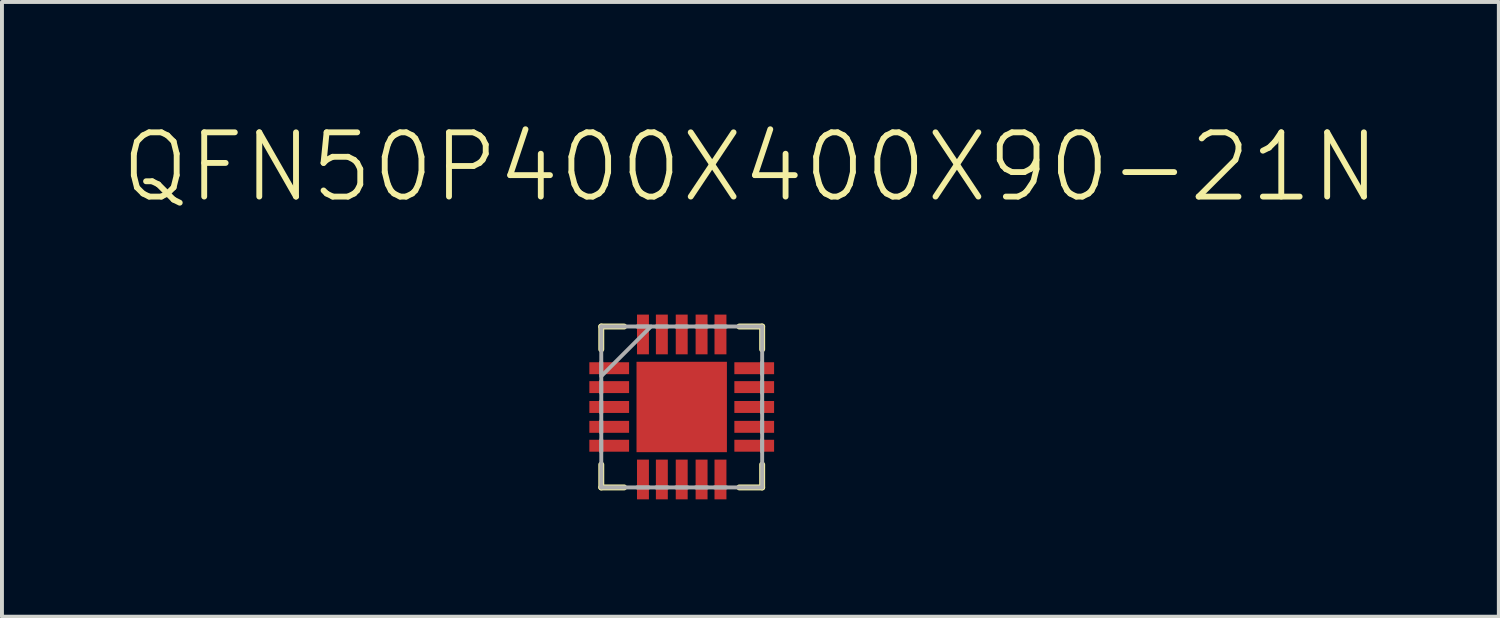
<source format=kicad_pcb>
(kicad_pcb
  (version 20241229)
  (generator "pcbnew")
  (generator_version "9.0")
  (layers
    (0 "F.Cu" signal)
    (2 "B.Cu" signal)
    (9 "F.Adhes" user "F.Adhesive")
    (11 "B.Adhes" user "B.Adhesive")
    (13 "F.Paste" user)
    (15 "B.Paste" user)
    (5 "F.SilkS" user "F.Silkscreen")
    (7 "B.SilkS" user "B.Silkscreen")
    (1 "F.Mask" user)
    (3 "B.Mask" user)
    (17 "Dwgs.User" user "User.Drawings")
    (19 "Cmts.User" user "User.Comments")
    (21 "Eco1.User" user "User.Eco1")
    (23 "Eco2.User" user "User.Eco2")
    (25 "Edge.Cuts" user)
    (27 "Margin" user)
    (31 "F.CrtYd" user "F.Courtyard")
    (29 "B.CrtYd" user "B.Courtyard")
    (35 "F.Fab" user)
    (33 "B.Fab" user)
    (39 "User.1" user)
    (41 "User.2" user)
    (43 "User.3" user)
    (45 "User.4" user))
  (footprint "QFN50P400X400X90-21N"
    (layer "F.Cu")
    (at 14.381 7.356)
    (property "Reference" "QFN50P400X400X90-21N" (at 1.756 -6.132 0) (layer "F.SilkS") (effects (font (size 1.643 1.643) (thickness 0.15))))
    (attr through_hole)
    (fp_line (start -2.057 -2.057) (end -2.057 -1.473) (stroke (width 0.152) (type solid)) (layer "F.SilkS"))
    (fp_line (start -2.057 1.473) (end -2.057 2.057) (stroke (width 0.152) (type solid)) (layer "F.SilkS"))
    (fp_line (start -2.057 2.057) (end -1.473 2.057) (stroke (width 0.152) (type solid)) (layer "F.SilkS"))
    (fp_line (start -1.473 -2.057) (end -2.057 -2.057) (stroke (width 0.152) (type solid)) (layer "F.SilkS"))
    (fp_line (start 1.473 2.057) (end 2.057 2.057) (stroke (width 0.152) (type solid)) (layer "F.SilkS"))
    (fp_line (start 2.057 -2.057) (end 1.473 -2.057) (stroke (width 0.152) (type solid)) (layer "F.SilkS"))
    (fp_line (start 2.057 -1.473) (end 2.057 -2.057) (stroke (width 0.152) (type solid)) (layer "F.SilkS"))
    (fp_line (start 2.057 2.057) (end 2.057 1.473) (stroke (width 0.152) (type solid)) (layer "F.SilkS"))
    (fp_line (start -2.057 -2.057) (end -2.057 2.057) (stroke (width 0.1) (type solid)) (layer "F.Fab"))
    (fp_line (start -2.057 -1.143) (end -2.057 -0.838) (stroke (width 0.1) (type solid)) (layer "F.Fab"))
    (fp_line (start -2.057 -0.787) (end -0.787 -2.057) (stroke (width 0.1) (type solid)) (layer "F.Fab"))
    (fp_line (start -2.057 -0.66) (end -2.057 -0.356) (stroke (width 0.1) (type solid)) (layer "F.Fab"))
    (fp_line (start -2.057 -0.152) (end -2.057 0.152) (stroke (width 0.1) (type solid)) (layer "F.Fab"))
    (fp_line (start -2.057 0.356) (end -2.057 0.66) (stroke (width 0.1) (type solid)) (layer "F.Fab"))
    (fp_line (start -2.057 0.838) (end -2.057 1.143) (stroke (width 0.1) (type solid)) (layer "F.Fab"))
    (fp_line (start -2.057 2.057) (end 2.057 2.057) (stroke (width 0.1) (type solid)) (layer "F.Fab"))
    (fp_line (start -1.143 2.057) (end -0.838 2.057) (stroke (width 0.1) (type solid)) (layer "F.Fab"))
    (fp_line (start -0.838 -2.057) (end -1.143 -2.057) (stroke (width 0.1) (type solid)) (layer "F.Fab"))
    (fp_line (start -0.66 2.057) (end -0.356 2.057) (stroke (width 0.1) (type solid)) (layer "F.Fab"))
    (fp_line (start -0.356 -2.057) (end -0.66 -2.057) (stroke (width 0.1) (type solid)) (layer "F.Fab"))
    (fp_line (start -0.152 2.057) (end 0.152 2.057) (stroke (width 0.1) (type solid)) (layer "F.Fab"))
    (fp_line (start 0.152 -2.057) (end -0.152 -2.057) (stroke (width 0.1) (type solid)) (layer "F.Fab"))
    (fp_line (start 0.356 2.057) (end 0.66 2.057) (stroke (width 0.1) (type solid)) (layer "F.Fab"))
    (fp_line (start 0.66 -2.057) (end 0.356 -2.057) (stroke (width 0.1) (type solid)) (layer "F.Fab"))
    (fp_line (start 0.838 2.057) (end 1.143 2.057) (stroke (width 0.1) (type solid)) (layer "F.Fab"))
    (fp_line (start 1.143 -2.057) (end 0.838 -2.057) (stroke (width 0.1) (type solid)) (layer "F.Fab"))
    (fp_line (start 2.057 -2.057) (end -2.057 -2.057) (stroke (width 0.1) (type solid)) (layer "F.Fab"))
    (fp_line (start 2.057 -0.838) (end 2.057 -1.143) (stroke (width 0.1) (type solid)) (layer "F.Fab"))
    (fp_line (start 2.057 -0.356) (end 2.057 -0.66) (stroke (width 0.1) (type solid)) (layer "F.Fab"))
    (fp_line (start 2.057 0.152) (end 2.057 -0.152) (stroke (width 0.1) (type solid)) (layer "F.Fab"))
    (fp_line (start 2.057 0.66) (end 2.057 0.356) (stroke (width 0.1) (type solid)) (layer "F.Fab"))
    (fp_line (start 2.057 1.143) (end 2.057 0.838) (stroke (width 0.1) (type solid)) (layer "F.Fab"))
    (fp_line (start 2.057 2.057) (end 2.057 -2.057) (stroke (width 0.1) (type solid)) (layer "F.Fab"))
    (pad "1" smd rect (at -1.854 -0.991 270) (size 0.305 1.016) (layers "F.Cu" "F.Mask" "F.Paste"))
    (pad "2" smd rect (at -1.854 -0.508 270) (size 0.305 1.016) (layers "F.Cu" "F.Mask" "F.Paste"))
    (pad "3" smd rect (at -1.854 0 270) (size 0.305 1.016) (layers "F.Cu" "F.Mask" "F.Paste"))
    (pad "4" smd rect (at -1.854 0.508 270) (size 0.305 1.016) (layers "F.Cu" "F.Mask" "F.Paste"))
    (pad "5" smd rect (at -1.854 0.991 270) (size 0.305 1.016) (layers "F.Cu" "F.Mask" "F.Paste"))
    (pad "6" smd rect (at -0.991 1.854 180) (size 0.305 1.016) (layers "F.Cu" "F.Mask" "F.Paste"))
    (pad "7" smd rect (at -0.508 1.854 180) (size 0.305 1.016) (layers "F.Cu" "F.Mask" "F.Paste"))
    (pad "8" smd rect (at 0 1.854 180) (size 0.305 1.016) (layers "F.Cu" "F.Mask" "F.Paste"))
    (pad "9" smd rect (at 0.508 1.854 180) (size 0.305 1.016) (layers "F.Cu" "F.Mask" "F.Paste"))
    (pad "10" smd rect (at 0.991 1.854 180) (size 0.305 1.016) (layers "F.Cu" "F.Mask" "F.Paste"))
    (pad "11" smd rect (at 1.854 0.991 270) (size 0.305 1.016) (layers "F.Cu" "F.Mask" "F.Paste"))
    (pad "12" smd rect (at 1.854 0.508 270) (size 0.305 1.016) (layers "F.Cu" "F.Mask" "F.Paste"))
    (pad "13" smd rect (at 1.854 0 270) (size 0.305 1.016) (layers "F.Cu" "F.Mask" "F.Paste"))
    (pad "14" smd rect (at 1.854 -0.508 270) (size 0.305 1.016) (layers "F.Cu" "F.Mask" "F.Paste"))
    (pad "15" smd rect (at 1.854 -0.991 270) (size 0.305 1.016) (layers "F.Cu" "F.Mask" "F.Paste"))
    (pad "16" smd rect (at 0.991 -1.854 180) (size 0.305 1.016) (layers "F.Cu" "F.Mask" "F.Paste"))
    (pad "17" smd rect (at 0.508 -1.854 180) (size 0.305 1.016) (layers "F.Cu" "F.Mask" "F.Paste"))
    (pad "18" smd rect (at 0 -1.854 180) (size 0.305 1.016) (layers "F.Cu" "F.Mask" "F.Paste"))
    (pad "19" smd rect (at -0.508 -1.854 180) (size 0.305 1.016) (layers "F.Cu" "F.Mask" "F.Paste"))
    (pad "20" smd rect (at -0.991 -1.854 180) (size 0.305 1.016) (layers "F.Cu" "F.Mask" "F.Paste"))
    (pad "21" smd rect (at 0 0) (size 2.311 2.311) (layers "F.Cu" "F.Mask" "F.Paste")))
  (gr_rect
    (start -3 -3)
    (end 35.274 12.719)
    (stroke (width 0.1) (type default))
    (fill no)
    (layer "Edge.Cuts")))
</source>
